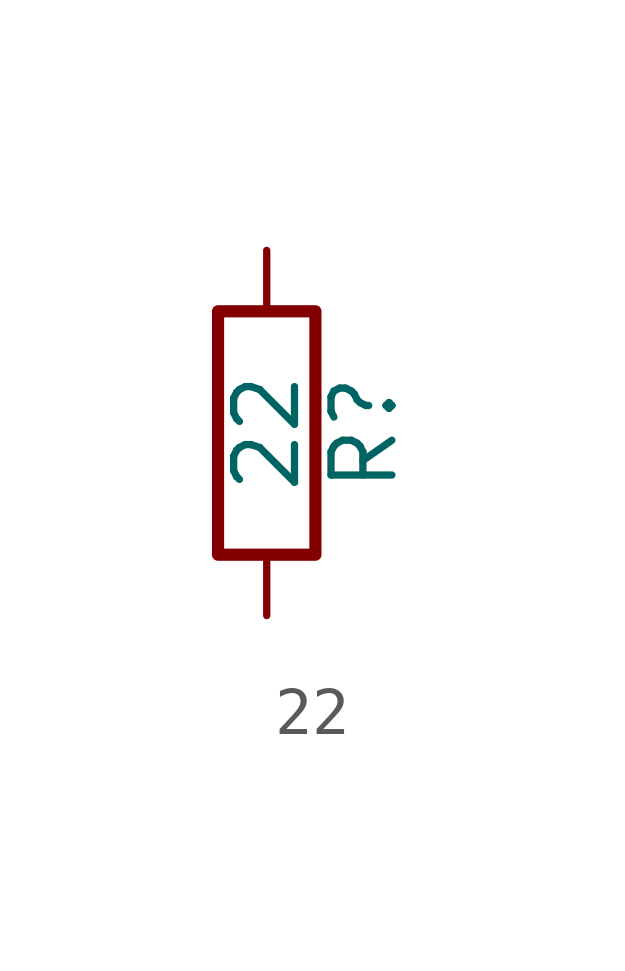
<source format=kicad_sym>
(kicad_symbol_lib
  (version 20220914)
  (generator kicad_db_lib)
  (symbol "22"
    (pin_numbers hide)
    (pin_names
      (offset 0))
    (property "Reference" "R"
      (at 2.032 0 90)
      (effects (font (size 1.27 1.27))))
    (property "Value" "22"
      (at 0 0 90)
      (effects (font (size 1.27 1.27))))
    (symbol "22_0_1"
      (rectangle (start -1.016 -2.54) (end 1.016 2.54) (stroke (width 0.254) (type default)) (fill (type none))))
    (symbol "22_1_1"
      (pin passive line (at 0 3.81 270) (length 1.27) (name "~" (effects (font (size 1.27 1.27)))) (number "1" (effects (font (size 1.27 1.27)))))
      (pin passive line (at 0 -3.81 90) (length 1.27) (name "~" (effects (font (size 1.27 1.27)))) (number "2" (effects (font (size 1.27 1.27))))))))
</source>
